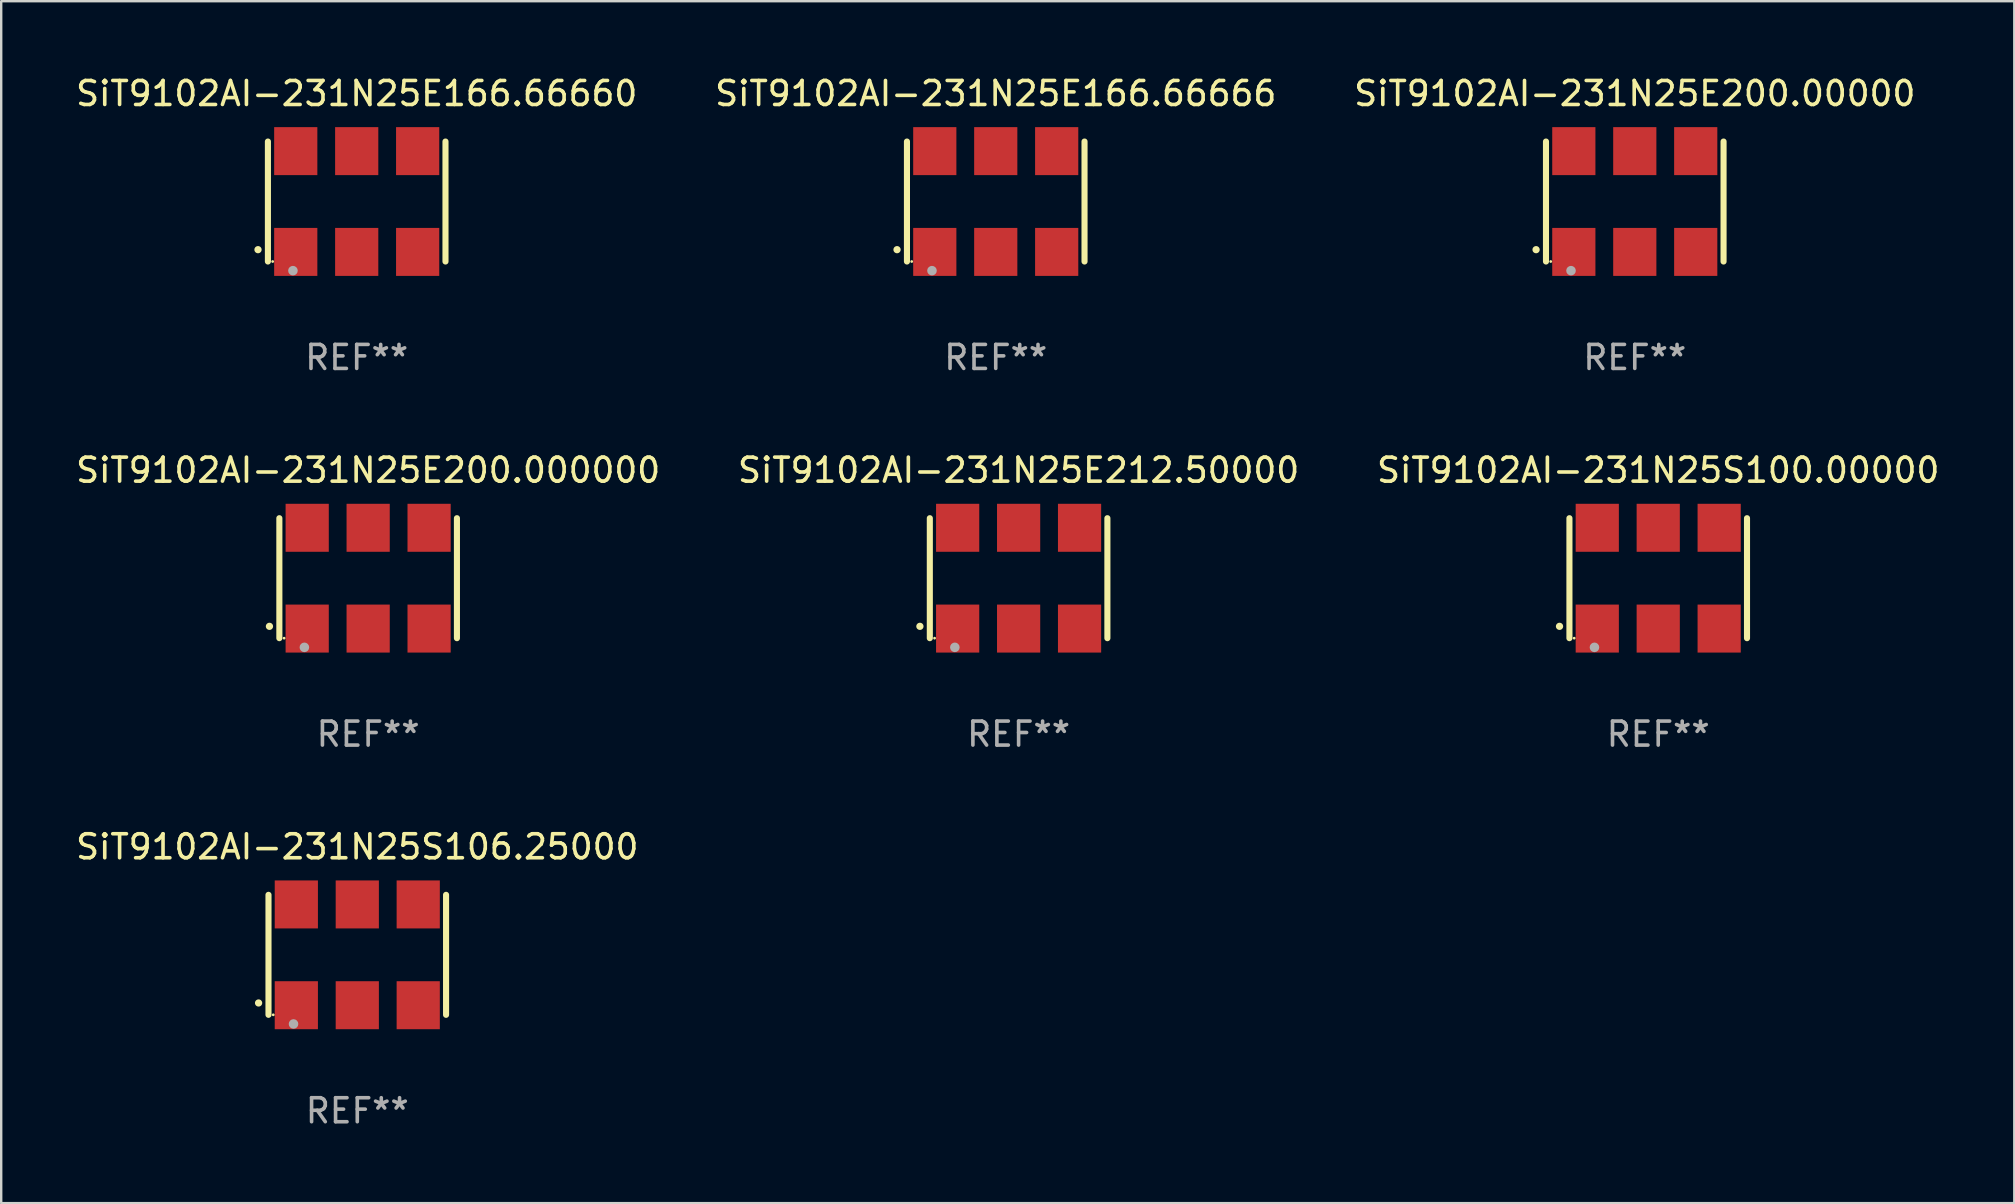
<source format=kicad_pcb>
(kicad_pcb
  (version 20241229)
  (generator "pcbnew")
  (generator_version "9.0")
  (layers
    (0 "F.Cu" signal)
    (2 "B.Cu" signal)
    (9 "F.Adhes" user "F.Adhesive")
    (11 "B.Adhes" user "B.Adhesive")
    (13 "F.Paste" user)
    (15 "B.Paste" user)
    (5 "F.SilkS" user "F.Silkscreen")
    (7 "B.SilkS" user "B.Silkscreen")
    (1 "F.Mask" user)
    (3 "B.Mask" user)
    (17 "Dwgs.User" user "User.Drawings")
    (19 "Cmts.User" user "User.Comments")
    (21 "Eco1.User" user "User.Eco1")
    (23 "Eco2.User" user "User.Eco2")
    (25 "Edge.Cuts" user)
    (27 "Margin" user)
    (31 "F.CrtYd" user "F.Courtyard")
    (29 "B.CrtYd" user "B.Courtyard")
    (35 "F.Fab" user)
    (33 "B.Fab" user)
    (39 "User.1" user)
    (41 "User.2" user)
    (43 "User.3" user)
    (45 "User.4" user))
  (footprint "SiT9102AI-231N25E166.66660"
    (layer "F.Cu")
    (at 11.815 5.348)
    (property "Reference" "SiT9102AI-231N25E166.66660" (at 0 -4.5 0) (layer "F.SilkS") (effects (font (size 1 1) (thickness 0.15))))
    (attr through_hole)
    (fp_line (start -3.7 -2.5) (end -3.7 2.5) (stroke (width 0.254) (type solid)) (layer "F.SilkS"))
    (fp_line (start 3.7 -2.5) (end 3.7 2.5) (stroke (width 0.254) (type solid)) (layer "F.SilkS"))
    (fp_arc (start -4.114415 2.006604) (mid -4.113145 2.006599) (end -4.111875 2.006604) (stroke (width 0.3) (type solid)) (layer "F.SilkS"))
    (fp_circle (center -3.502 2.5) (end -3.472 2.5) (stroke (width 0.06) (type solid)) (fill no) (layer "F.SilkS"))
    (fp_circle (center -2.657 2.882) (end -2.557 2.882) (stroke (width 0.2) (type solid)) (fill no) (layer "F.Fab"))
    (fp_text user "REF**" (at 0 6.5 0) (layer "F.Fab") (effects (font (size 1 1) (thickness 0.15))))
    (pad "1" smd rect (at -2.54 2.1) (size 1.8 2) (layers "F.Cu" "F.Mask" "F.Paste"))
    (pad "2" smd rect (at 0.000394 2.1) (size 1.8 2) (layers "F.Cu" "F.Mask" "F.Paste"))
    (pad "3" smd rect (at 2.54 2.1) (size 1.8 2) (layers "F.Cu" "F.Mask" "F.Paste"))
    (pad "4" smd rect (at 2.54 -2.1) (size 1.8 2) (layers "F.Cu" "F.Mask" "F.Paste"))
    (pad "5" smd rect (at 0.000394 -2.1) (size 1.8 2) (layers "F.Cu" "F.Mask" "F.Paste"))
    (pad "6" smd rect (at -2.54 -2.1) (size 1.8 2) (layers "F.Cu" "F.Mask" "F.Paste")))
  (footprint "SiT9102AI-231N25E212.50000"
    (layer "F.Cu")
    (at 39.399 21.045)
    (property "Reference" "SiT9102AI-231N25E212.50000" (at 0 -4.5 0) (layer "F.SilkS") (effects (font (size 1 1) (thickness 0.15))))
    (attr through_hole)
    (fp_line (start -3.7 -2.5) (end -3.7 2.5) (stroke (width 0.254) (type solid)) (layer "F.SilkS"))
    (fp_line (start 3.7 -2.5) (end 3.7 2.5) (stroke (width 0.254) (type solid)) (layer "F.SilkS"))
    (fp_arc (start -4.114415 2.006604) (mid -4.113145 2.006599) (end -4.111875 2.006604) (stroke (width 0.3) (type solid)) (layer "F.SilkS"))
    (fp_circle (center -3.502 2.5) (end -3.472 2.5) (stroke (width 0.06) (type solid)) (fill no) (layer "F.SilkS"))
    (fp_circle (center -2.657 2.882) (end -2.557 2.882) (stroke (width 0.2) (type solid)) (fill no) (layer "F.Fab"))
    (fp_text user "REF**" (at 0 6.5 0) (layer "F.Fab") (effects (font (size 1 1) (thickness 0.15))))
    (pad "1" smd rect (at -2.54 2.1) (size 1.8 2) (layers "F.Cu" "F.Mask" "F.Paste"))
    (pad "2" smd rect (at 0.000394 2.1) (size 1.8 2) (layers "F.Cu" "F.Mask" "F.Paste"))
    (pad "3" smd rect (at 2.54 2.1) (size 1.8 2) (layers "F.Cu" "F.Mask" "F.Paste"))
    (pad "4" smd rect (at 2.54 -2.1) (size 1.8 2) (layers "F.Cu" "F.Mask" "F.Paste"))
    (pad "5" smd rect (at 0.000394 -2.1) (size 1.8 2) (layers "F.Cu" "F.Mask" "F.Paste"))
    (pad "6" smd rect (at -2.54 -2.1) (size 1.8 2) (layers "F.Cu" "F.Mask" "F.Paste")))
  (footprint "SiT9102AI-231N25E200.000000"
    (layer "F.Cu")
    (at 12.292 21.045)
    (property "Reference" "SiT9102AI-231N25E200.000000" (at 0 -4.5 0) (layer "F.SilkS") (effects (font (size 1 1) (thickness 0.15))))
    (attr through_hole)
    (fp_line (start -3.7 -2.5) (end -3.7 2.5) (stroke (width 0.254) (type solid)) (layer "F.SilkS"))
    (fp_line (start 3.7 -2.5) (end 3.7 2.5) (stroke (width 0.254) (type solid)) (layer "F.SilkS"))
    (fp_arc (start -4.114415 2.006604) (mid -4.113145 2.006599) (end -4.111875 2.006604) (stroke (width 0.3) (type solid)) (layer "F.SilkS"))
    (fp_circle (center -3.502 2.5) (end -3.472 2.5) (stroke (width 0.06) (type solid)) (fill no) (layer "F.SilkS"))
    (fp_circle (center -2.657 2.882) (end -2.557 2.882) (stroke (width 0.2) (type solid)) (fill no) (layer "F.Fab"))
    (fp_text user "REF**" (at 0 6.5 0) (layer "F.Fab") (effects (font (size 1 1) (thickness 0.15))))
    (pad "1" smd rect (at -2.54 2.1) (size 1.8 2) (layers "F.Cu" "F.Mask" "F.Paste"))
    (pad "2" smd rect (at 0.000394 2.1) (size 1.8 2) (layers "F.Cu" "F.Mask" "F.Paste"))
    (pad "3" smd rect (at 2.54 2.1) (size 1.8 2) (layers "F.Cu" "F.Mask" "F.Paste"))
    (pad "4" smd rect (at 2.54 -2.1) (size 1.8 2) (layers "F.Cu" "F.Mask" "F.Paste"))
    (pad "5" smd rect (at 0.000394 -2.1) (size 1.8 2) (layers "F.Cu" "F.Mask" "F.Paste"))
    (pad "6" smd rect (at -2.54 -2.1) (size 1.8 2) (layers "F.Cu" "F.Mask" "F.Paste")))
  (footprint "SiT9102AI-231N25S106.25000"
    (layer "F.Cu")
    (at 11.839 36.741)
    (property "Reference" "SiT9102AI-231N25S106.25000" (at 0 -4.5 0) (layer "F.SilkS") (effects (font (size 1 1) (thickness 0.15))))
    (attr through_hole)
    (fp_line (start -3.7 -2.5) (end -3.7 2.5) (stroke (width 0.254) (type solid)) (layer "F.SilkS"))
    (fp_line (start 3.7 -2.5) (end 3.7 2.5) (stroke (width 0.254) (type solid)) (layer "F.SilkS"))
    (fp_arc (start -4.114415 2.006604) (mid -4.113145 2.006599) (end -4.111875 2.006604) (stroke (width 0.3) (type solid)) (layer "F.SilkS"))
    (fp_circle (center -3.502 2.5) (end -3.472 2.5) (stroke (width 0.06) (type solid)) (fill no) (layer "F.SilkS"))
    (fp_circle (center -2.657 2.882) (end -2.557 2.882) (stroke (width 0.2) (type solid)) (fill no) (layer "F.Fab"))
    (fp_text user "REF**" (at 0 6.5 0) (layer "F.Fab") (effects (font (size 1 1) (thickness 0.15))))
    (pad "1" smd rect (at -2.54 2.1) (size 1.8 2) (layers "F.Cu" "F.Mask" "F.Paste"))
    (pad "2" smd rect (at 0.000394 2.1) (size 1.8 2) (layers "F.Cu" "F.Mask" "F.Paste"))
    (pad "3" smd rect (at 2.54 2.1) (size 1.8 2) (layers "F.Cu" "F.Mask" "F.Paste"))
    (pad "4" smd rect (at 2.54 -2.1) (size 1.8 2) (layers "F.Cu" "F.Mask" "F.Paste"))
    (pad "5" smd rect (at 0.000394 -2.1) (size 1.8 2) (layers "F.Cu" "F.Mask" "F.Paste"))
    (pad "6" smd rect (at -2.54 -2.1) (size 1.8 2) (layers "F.Cu" "F.Mask" "F.Paste")))
  (footprint "SiT9102AI-231N25E166.66666"
    (layer "F.Cu")
    (at 38.446 5.348)
    (property "Reference" "SiT9102AI-231N25E166.66666" (at 0 -4.5 0) (layer "F.SilkS") (effects (font (size 1 1) (thickness 0.15))))
    (attr through_hole)
    (fp_line (start -3.7 -2.5) (end -3.7 2.5) (stroke (width 0.254) (type solid)) (layer "F.SilkS"))
    (fp_line (start 3.7 -2.5) (end 3.7 2.5) (stroke (width 0.254) (type solid)) (layer "F.SilkS"))
    (fp_arc (start -4.114415 2.006604) (mid -4.113145 2.006599) (end -4.111875 2.006604) (stroke (width 0.3) (type solid)) (layer "F.SilkS"))
    (fp_circle (center -3.502 2.5) (end -3.472 2.5) (stroke (width 0.06) (type solid)) (fill no) (layer "F.SilkS"))
    (fp_circle (center -2.657 2.882) (end -2.557 2.882) (stroke (width 0.2) (type solid)) (fill no) (layer "F.Fab"))
    (fp_text user "REF**" (at 0 6.5 0) (layer "F.Fab") (effects (font (size 1 1) (thickness 0.15))))
    (pad "1" smd rect (at -2.54 2.1) (size 1.8 2) (layers "F.Cu" "F.Mask" "F.Paste"))
    (pad "2" smd rect (at 0.000394 2.1) (size 1.8 2) (layers "F.Cu" "F.Mask" "F.Paste"))
    (pad "3" smd rect (at 2.54 2.1) (size 1.8 2) (layers "F.Cu" "F.Mask" "F.Paste"))
    (pad "4" smd rect (at 2.54 -2.1) (size 1.8 2) (layers "F.Cu" "F.Mask" "F.Paste"))
    (pad "5" smd rect (at 0.000394 -2.1) (size 1.8 2) (layers "F.Cu" "F.Mask" "F.Paste"))
    (pad "6" smd rect (at -2.54 -2.1) (size 1.8 2) (layers "F.Cu" "F.Mask" "F.Paste")))
  (footprint "SiT9102AI-231N25E200.00000"
    (layer "F.Cu")
    (at 65.077 5.348)
    (property "Reference" "SiT9102AI-231N25E200.00000" (at 0 -4.5 0) (layer "F.SilkS") (effects (font (size 1 1) (thickness 0.15))))
    (attr through_hole)
    (fp_line (start -3.7 -2.5) (end -3.7 2.5) (stroke (width 0.254) (type solid)) (layer "F.SilkS"))
    (fp_line (start 3.7 -2.5) (end 3.7 2.5) (stroke (width 0.254) (type solid)) (layer "F.SilkS"))
    (fp_arc (start -4.114415 2.006604) (mid -4.113145 2.006599) (end -4.111875 2.006604) (stroke (width 0.3) (type solid)) (layer "F.SilkS"))
    (fp_circle (center -3.502 2.5) (end -3.472 2.5) (stroke (width 0.06) (type solid)) (fill no) (layer "F.SilkS"))
    (fp_circle (center -2.657 2.882) (end -2.557 2.882) (stroke (width 0.2) (type solid)) (fill no) (layer "F.Fab"))
    (fp_text user "REF**" (at 0 6.5 0) (layer "F.Fab") (effects (font (size 1 1) (thickness 0.15))))
    (pad "1" smd rect (at -2.54 2.1) (size 1.8 2) (layers "F.Cu" "F.Mask" "F.Paste"))
    (pad "2" smd rect (at 0.000394 2.1) (size 1.8 2) (layers "F.Cu" "F.Mask" "F.Paste"))
    (pad "3" smd rect (at 2.54 2.1) (size 1.8 2) (layers "F.Cu" "F.Mask" "F.Paste"))
    (pad "4" smd rect (at 2.54 -2.1) (size 1.8 2) (layers "F.Cu" "F.Mask" "F.Paste"))
    (pad "5" smd rect (at 0.000394 -2.1) (size 1.8 2) (layers "F.Cu" "F.Mask" "F.Paste"))
    (pad "6" smd rect (at -2.54 -2.1) (size 1.8 2) (layers "F.Cu" "F.Mask" "F.Paste")))
  (footprint "SiT9102AI-231N25S100.00000"
    (layer "F.Cu")
    (at 66.054 21.045)
    (property "Reference" "SiT9102AI-231N25S100.00000" (at 0 -4.5 0) (layer "F.SilkS") (effects (font (size 1 1) (thickness 0.15))))
    (attr through_hole)
    (fp_line (start -3.7 -2.5) (end -3.7 2.5) (stroke (width 0.254) (type solid)) (layer "F.SilkS"))
    (fp_line (start 3.7 -2.5) (end 3.7 2.5) (stroke (width 0.254) (type solid)) (layer "F.SilkS"))
    (fp_arc (start -4.114415 2.006604) (mid -4.113145 2.006599) (end -4.111875 2.006604) (stroke (width 0.3) (type solid)) (layer "F.SilkS"))
    (fp_circle (center -3.502 2.5) (end -3.472 2.5) (stroke (width 0.06) (type solid)) (fill no) (layer "F.SilkS"))
    (fp_circle (center -2.657 2.882) (end -2.557 2.882) (stroke (width 0.2) (type solid)) (fill no) (layer "F.Fab"))
    (fp_text user "REF**" (at 0 6.5 0) (layer "F.Fab") (effects (font (size 1 1) (thickness 0.15))))
    (pad "1" smd rect (at -2.54 2.1) (size 1.8 2) (layers "F.Cu" "F.Mask" "F.Paste"))
    (pad "2" smd rect (at 0.000394 2.1) (size 1.8 2) (layers "F.Cu" "F.Mask" "F.Paste"))
    (pad "3" smd rect (at 2.54 2.1) (size 1.8 2) (layers "F.Cu" "F.Mask" "F.Paste"))
    (pad "4" smd rect (at 2.54 -2.1) (size 1.8 2) (layers "F.Cu" "F.Mask" "F.Paste"))
    (pad "5" smd rect (at 0.000394 -2.1) (size 1.8 2) (layers "F.Cu" "F.Mask" "F.Paste"))
    (pad "6" smd rect (at -2.54 -2.1) (size 1.8 2) (layers "F.Cu" "F.Mask" "F.Paste")))
  (gr_rect
    (start -3 -3)
    (end 80.893 47.09)
    (stroke (width 0.1) (type default))
    (fill no)
    (layer "Edge.Cuts")))
</source>
